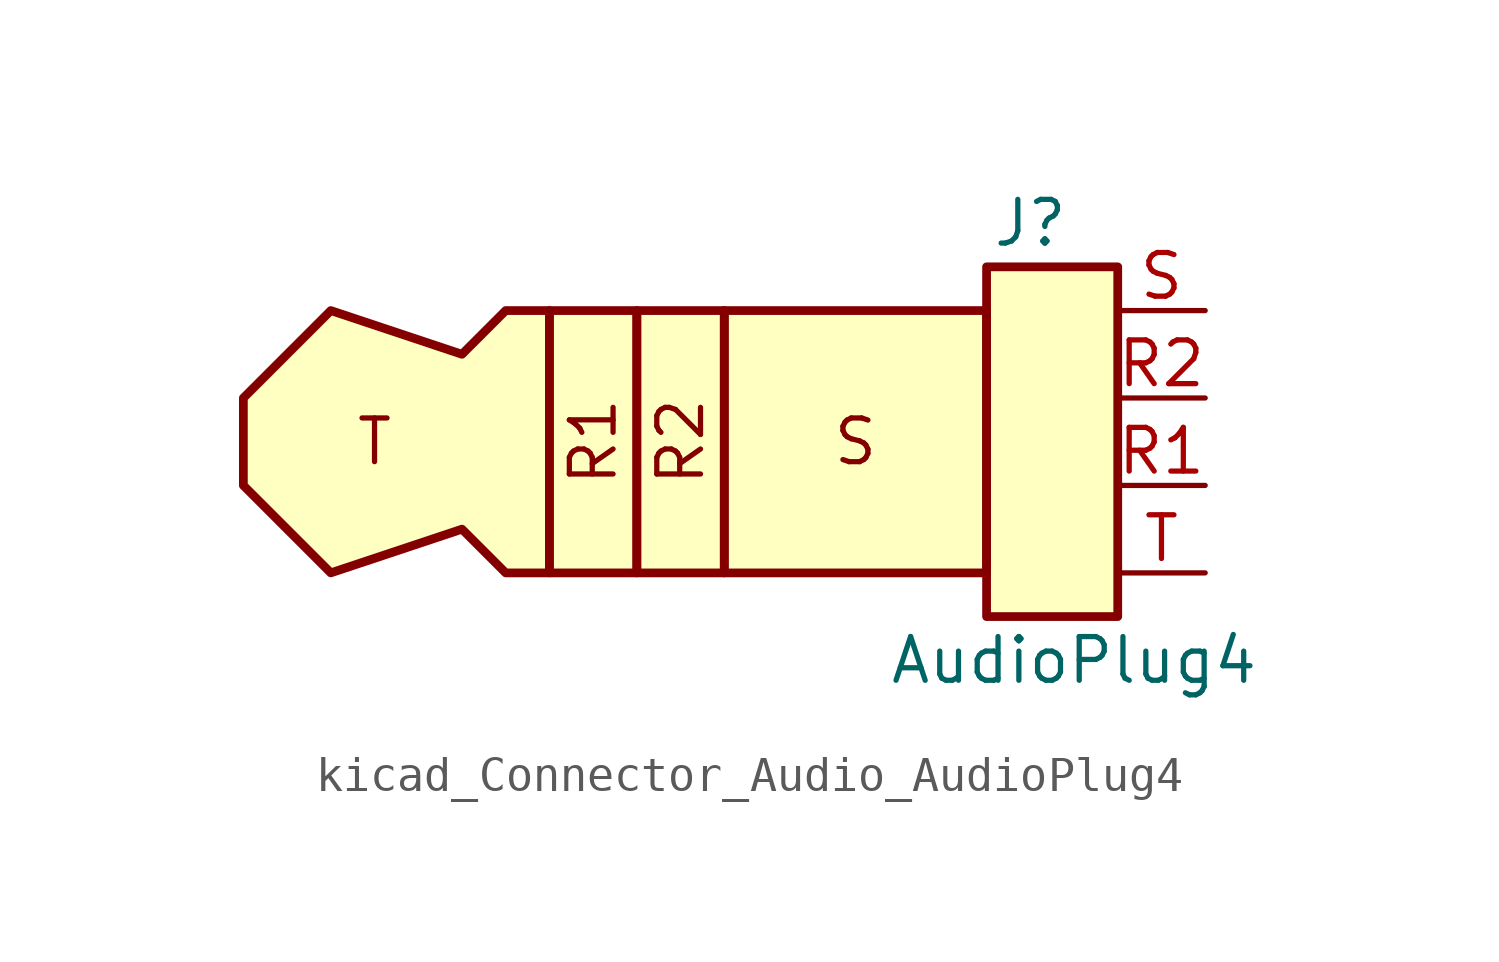
<source format=kicad_sym>
(kicad_symbol_lib
  (version 20220914)
  (generator kicad_symbol_editor)
  (symbol "kicad_Connector_Audio_AudioPlug4"
    (property "Reference" "J"
      (at 10.16 5.08 0)
      (effects (font (size 1.27 1.27))))
    (property "Value" "AudioPlug4"
      (at 11.43 -7.62 0)
      (effects (font (size 1.27 1.27))))
    (symbol "kicad_Connector_Audio_AudioPlug4_0_0"
      (text "R1" (at -2.54 -1.27 900) (effects (font (size 1.27 1.27))))
      (text "R2" (at 0 -1.27 900) (effects (font (size 1.27 1.27))))
      (text "S" (at 5.08 -1.27 0) (effects (font (size 1.27 1.27))))
      (text "T" (at -8.89 -1.27 0) (effects (font (size 1.27 1.27)))))
    (symbol "kicad_Connector_Audio_AudioPlug4_0_1"
      (rectangle (start -1.27 2.54) (end -3.81 -5.08) (stroke (width 0.254) (type default)) (fill (type background)))
      (polyline (pts (xy -3.81 2.54) (xy -5.08 2.54) (xy -6.35 1.27) (xy -10.16 2.54) (xy -12.7 0) (xy -12.7 -2.54) (xy -10.16 -5.08) (xy -6.35 -3.81) (xy -5.08 -5.08) (xy -3.81 -5.08) (xy -3.81 2.54)) (stroke (width 0.254) (type default)) (fill (type background)))
      (rectangle (start 1.27 2.54) (end -1.27 -5.08) (stroke (width 0.254) (type default)) (fill (type background)))
      (rectangle (start 1.27 2.54) (end 8.89 -5.08) (stroke (width 0.254) (type default)) (fill (type background)))
      (rectangle (start 12.7 3.81) (end 8.89 -6.35) (stroke (width 0.254) (type default)) (fill (type background))))
    (symbol "kicad_Connector_Audio_AudioPlug4_1_1"
      (pin passive line (at 15.24 -2.54 180) (length 2.54) (name "~" (effects (font (size 1.27 1.27)))) (number "R1" (effects (font (size 1.27 1.27)))))
      (pin passive line (at 15.24 0 180) (length 2.54) (name "~" (effects (font (size 1.27 1.27)))) (number "R2" (effects (font (size 1.27 1.27)))))
      (pin passive line (at 15.24 2.54 180) (length 2.54) (name "~" (effects (font (size 1.27 1.27)))) (number "S" (effects (font (size 1.27 1.27)))))
      (pin passive line (at 15.24 -5.08 180) (length 2.54) (name "~" (effects (font (size 1.27 1.27)))) (number "T" (effects (font (size 1.27 1.27))))))))
</source>
